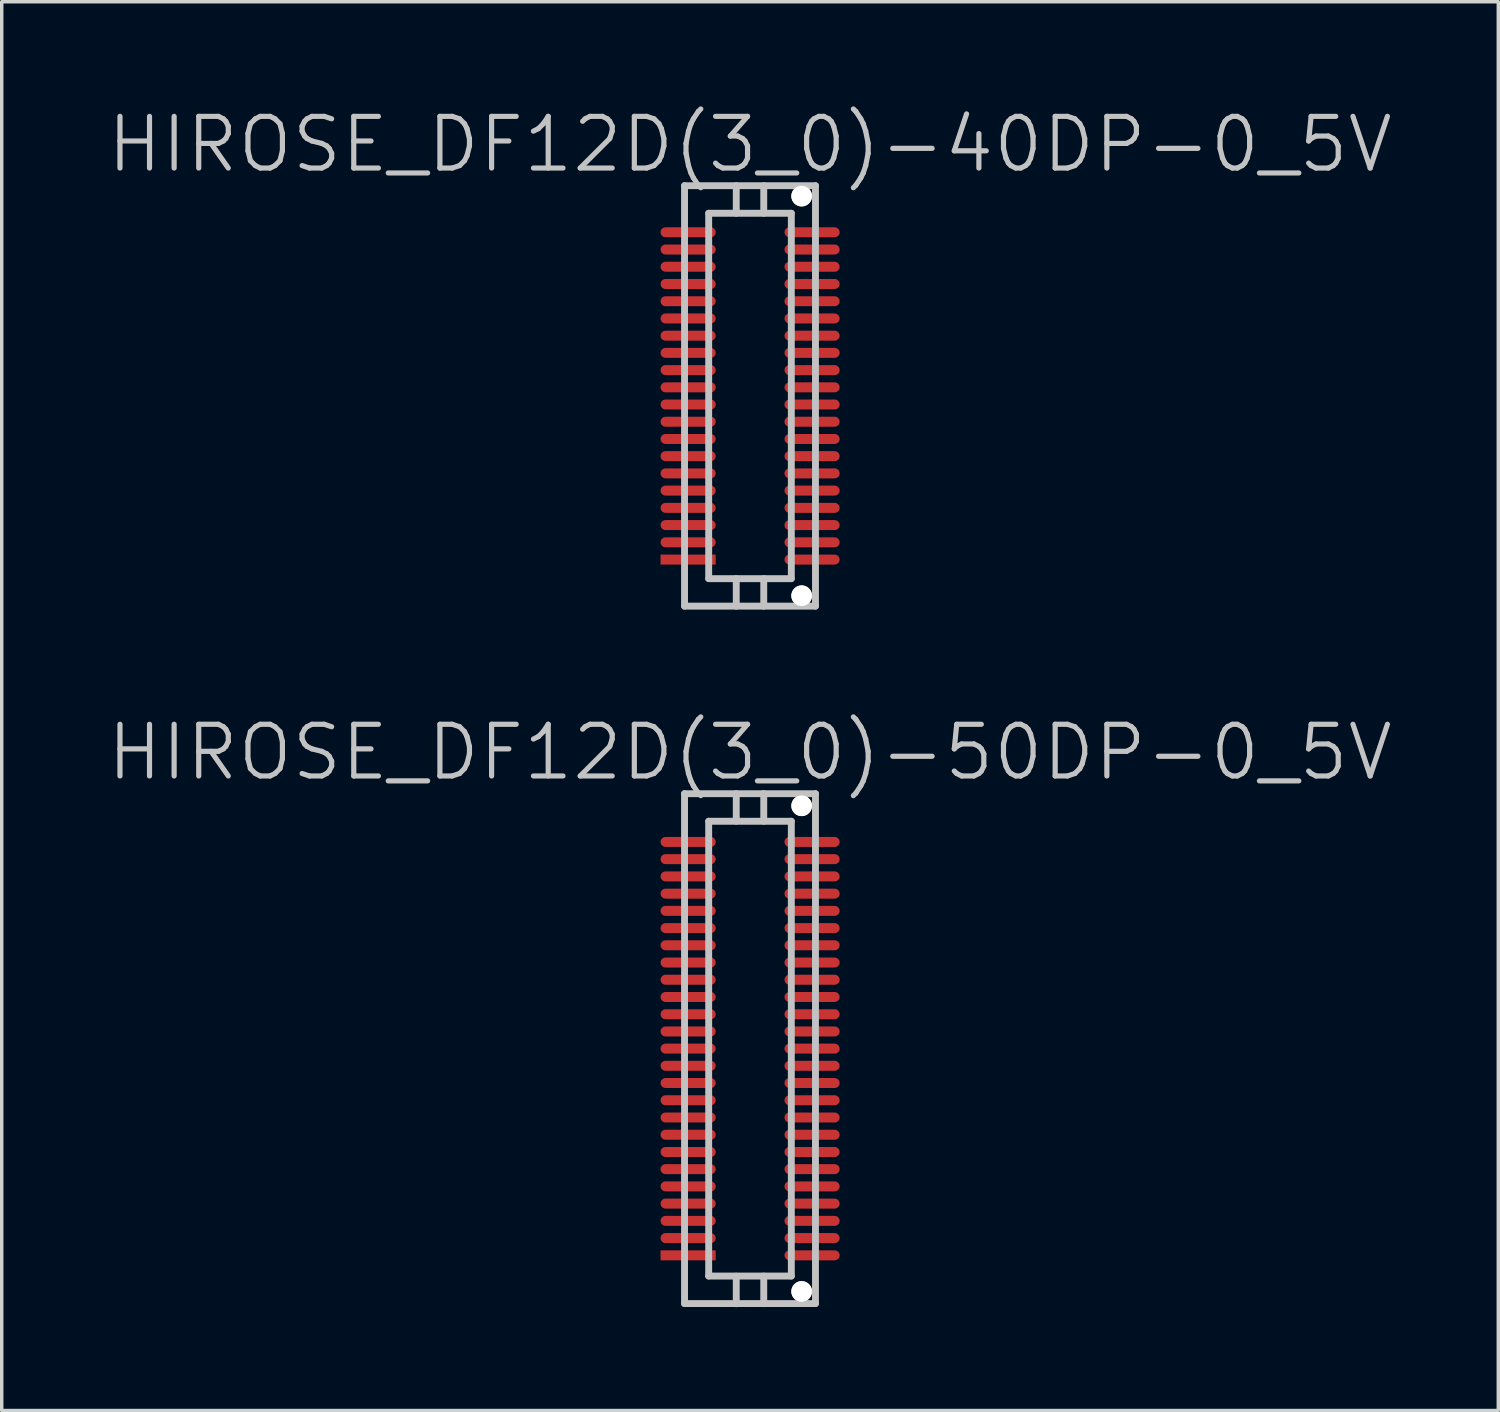
<source format=kicad_pcb>
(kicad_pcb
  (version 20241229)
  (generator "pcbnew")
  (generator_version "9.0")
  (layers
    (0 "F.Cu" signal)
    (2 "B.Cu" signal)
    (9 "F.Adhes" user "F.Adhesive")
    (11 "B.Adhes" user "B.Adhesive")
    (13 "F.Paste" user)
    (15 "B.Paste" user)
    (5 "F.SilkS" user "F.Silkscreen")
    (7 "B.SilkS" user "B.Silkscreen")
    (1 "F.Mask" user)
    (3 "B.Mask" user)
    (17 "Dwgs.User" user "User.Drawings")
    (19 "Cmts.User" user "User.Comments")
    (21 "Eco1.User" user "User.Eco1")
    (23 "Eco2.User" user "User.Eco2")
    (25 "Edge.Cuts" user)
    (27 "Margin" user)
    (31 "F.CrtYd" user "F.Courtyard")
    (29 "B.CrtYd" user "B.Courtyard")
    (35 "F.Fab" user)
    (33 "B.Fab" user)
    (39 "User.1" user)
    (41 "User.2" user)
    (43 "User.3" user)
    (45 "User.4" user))
  (footprint "HIROSE_DF12D(3_0)-40DP-0_5V"
    (layer "F.Cu")
    (at 18.718 8.441)
    (property "Reference" "HIROSE_DF12D(3_0)-40DP-0_5V" (at 0 -7.3 180) (layer "Dwgs.User") (effects (font (size 1.5 1.5) (thickness 0.15))))
    (attr smd)
    (fp_line (start -1.9 -6.101) (end -1.9 6.101) (stroke (width 0.2) (type solid)) (layer "Dwgs.User"))
    (fp_line (start -1.9 6.101) (end 1.9 6.101) (stroke (width 0.2) (type solid)) (layer "Dwgs.User"))
    (fp_line (start -1.199 -5.301) (end 1.199 -5.301) (stroke (width 0.2) (type solid)) (layer "Dwgs.User"))
    (fp_line (start -1.199 5.301) (end -1.199 -5.301) (stroke (width 0.2) (type solid)) (layer "Dwgs.User"))
    (fp_line (start -0.399 -5.301) (end -0.399 -6.101) (stroke (width 0.2) (type solid)) (layer "Dwgs.User"))
    (fp_line (start -0.399 6.104) (end -0.399 5.304) (stroke (width 0.2) (type solid)) (layer "Dwgs.User"))
    (fp_line (start 0.399 -5.301) (end 0.399 -6.101) (stroke (width 0.2) (type solid)) (layer "Dwgs.User"))
    (fp_line (start 0.399 5.304) (end 0.399 6.104) (stroke (width 0.2) (type solid)) (layer "Dwgs.User"))
    (fp_line (start 1.199 -5.301) (end 1.199 5.301) (stroke (width 0.2) (type solid)) (layer "Dwgs.User"))
    (fp_line (start 1.199 5.304) (end -1.199 5.304) (stroke (width 0.2) (type solid)) (layer "Dwgs.User"))
    (fp_line (start 1.9 -6.101) (end -1.9 -6.101) (stroke (width 0.2) (type solid)) (layer "Dwgs.User"))
    (fp_line (start 1.9 6.101) (end 1.9 -6.101) (stroke (width 0.2) (type solid)) (layer "Dwgs.User"))
    (pad "" np_thru_hole circle (at 1.499 -5.799 270) (size 0.6 0.6) (drill 0.6) (layers "*.Cu" "*.Mask" "F.SilkS"))
    (pad "" np_thru_hole circle (at 1.499 5.799 270) (size 0.6 0.6) (drill 0.6) (layers "*.Cu" "*.Mask" "F.SilkS"))
    (pad "1" smd rect (at -1.796 4.75 270) (size 0.29 1.6) (layers "F.Cu" "F.Mask" "F.Paste"))
    (pad "2" smd oval (at -1.796 4.249 270) (size 0.29 1.6) (layers "F.Cu" "F.Mask" "F.Paste"))
    (pad "3" smd oval (at -1.796 3.749 270) (size 0.29 1.6) (layers "F.Cu" "F.Mask" "F.Paste"))
    (pad "4" smd oval (at -1.796 3.249 270) (size 0.29 1.6) (layers "F.Cu" "F.Mask" "F.Paste"))
    (pad "5" smd oval (at -1.796 2.748 270) (size 0.29 1.6) (layers "F.Cu" "F.Mask" "F.Paste"))
    (pad "6" smd oval (at -1.796 2.248 270) (size 0.29 1.6) (layers "F.Cu" "F.Mask" "F.Paste"))
    (pad "7" smd oval (at -1.796 1.748 270) (size 0.29 1.6) (layers "F.Cu" "F.Mask" "F.Paste"))
    (pad "8" smd oval (at -1.796 1.25 270) (size 0.29 1.6) (layers "F.Cu" "F.Mask" "F.Paste"))
    (pad "9" smd oval (at -1.796 0.749 270) (size 0.29 1.6) (layers "F.Cu" "F.Mask" "F.Paste"))
    (pad "10" smd oval (at -1.796 0.249 270) (size 0.29 1.6) (layers "F.Cu" "F.Mask" "F.Paste"))
    (pad "11" smd oval (at -1.796 -0.249 270) (size 0.29 1.6) (layers "F.Cu" "F.Mask" "F.Paste"))
    (pad "12" smd oval (at -1.796 -0.749 270) (size 0.29 1.6) (layers "F.Cu" "F.Mask" "F.Paste"))
    (pad "13" smd oval (at -1.796 -1.25 270) (size 0.29 1.6) (layers "F.Cu" "F.Mask" "F.Paste"))
    (pad "14" smd oval (at -1.796 -1.748 270) (size 0.29 1.6) (layers "F.Cu" "F.Mask" "F.Paste"))
    (pad "15" smd oval (at -1.796 -2.248 270) (size 0.29 1.6) (layers "F.Cu" "F.Mask" "F.Paste"))
    (pad "16" smd oval (at -1.796 -2.748 270) (size 0.29 1.6) (layers "F.Cu" "F.Mask" "F.Paste"))
    (pad "17" smd oval (at -1.796 -3.249 270) (size 0.29 1.6) (layers "F.Cu" "F.Mask" "F.Paste"))
    (pad "18" smd oval (at -1.796 -3.749 270) (size 0.29 1.6) (layers "F.Cu" "F.Mask" "F.Paste"))
    (pad "19" smd oval (at -1.796 -4.249 270) (size 0.29 1.6) (layers "F.Cu" "F.Mask" "F.Paste"))
    (pad "20" smd oval (at -1.796 -4.75 270) (size 0.29 1.6) (layers "F.Cu" "F.Mask" "F.Paste"))
    (pad "21" smd oval (at 1.801 -4.75 270) (size 0.29 1.6) (layers "F.Cu" "F.Mask" "F.Paste"))
    (pad "22" smd oval (at 1.801 -4.249 270) (size 0.29 1.6) (layers "F.Cu" "F.Mask" "F.Paste"))
    (pad "23" smd oval (at 1.801 -3.749 270) (size 0.29 1.6) (layers "F.Cu" "F.Mask" "F.Paste"))
    (pad "24" smd oval (at 1.801 -3.249 270) (size 0.29 1.6) (layers "F.Cu" "F.Mask" "F.Paste"))
    (pad "25" smd oval (at 1.801 -2.748 270) (size 0.29 1.6) (layers "F.Cu" "F.Mask" "F.Paste"))
    (pad "26" smd oval (at 1.801 -2.248 270) (size 0.29 1.6) (layers "F.Cu" "F.Mask" "F.Paste"))
    (pad "27" smd oval (at 1.801 -1.748 270) (size 0.29 1.6) (layers "F.Cu" "F.Mask" "F.Paste"))
    (pad "28" smd oval (at 1.801 -1.25 270) (size 0.29 1.6) (layers "F.Cu" "F.Mask" "F.Paste"))
    (pad "29" smd oval (at 1.801 -0.749 270) (size 0.29 1.6) (layers "F.Cu" "F.Mask" "F.Paste"))
    (pad "30" smd oval (at 1.801 -0.249 270) (size 0.29 1.6) (layers "F.Cu" "F.Mask" "F.Paste"))
    (pad "31" smd oval (at 1.801 0.249 270) (size 0.29 1.6) (layers "F.Cu" "F.Mask" "F.Paste"))
    (pad "32" smd oval (at 1.801 0.749 270) (size 0.29 1.6) (layers "F.Cu" "F.Mask" "F.Paste"))
    (pad "33" smd oval (at 1.801 1.25 270) (size 0.29 1.6) (layers "F.Cu" "F.Mask" "F.Paste"))
    (pad "34" smd oval (at 1.801 1.748 270) (size 0.29 1.6) (layers "F.Cu" "F.Mask" "F.Paste"))
    (pad "35" smd oval (at 1.801 2.248 270) (size 0.29 1.6) (layers "F.Cu" "F.Mask" "F.Paste"))
    (pad "36" smd oval (at 1.801 2.748 270) (size 0.29 1.6) (layers "F.Cu" "F.Mask" "F.Paste"))
    (pad "37" smd oval (at 1.801 3.249 270) (size 0.29 1.6) (layers "F.Cu" "F.Mask" "F.Paste"))
    (pad "38" smd oval (at 1.801 3.749 270) (size 0.29 1.6) (layers "F.Cu" "F.Mask" "F.Paste"))
    (pad "39" smd oval (at 1.801 4.249 270) (size 0.29 1.6) (layers "F.Cu" "F.Mask" "F.Paste"))
    (pad "40" smd oval (at 1.801 4.75 270) (size 0.29 1.6) (layers "F.Cu" "F.Mask" "F.Paste")))
  (footprint "HIROSE_DF12D(3_0)-50DP-0_5V"
    (layer "F.Cu")
    (at 18.718 27.385)
    (property "Reference" "HIROSE_DF12D(3_0)-50DP-0_5V" (at 0 -8.6 180) (layer "Dwgs.User") (effects (font (size 1.5 1.5) (thickness 0.15))))
    (attr smd)
    (fp_line (start -1.9 -7.399) (end -1.9 7.399) (stroke (width 0.2) (type solid)) (layer "Dwgs.User"))
    (fp_line (start -1.9 7.399) (end 1.9 7.399) (stroke (width 0.2) (type solid)) (layer "Dwgs.User"))
    (fp_line (start -1.199 -6.599) (end 1.199 -6.599) (stroke (width 0.2) (type solid)) (layer "Dwgs.User"))
    (fp_line (start -1.199 6.599) (end -1.199 -6.599) (stroke (width 0.2) (type solid)) (layer "Dwgs.User"))
    (fp_line (start -0.399 -6.601) (end -0.399 -7.402) (stroke (width 0.2) (type solid)) (layer "Dwgs.User"))
    (fp_line (start -0.399 7.404) (end -0.399 6.604) (stroke (width 0.2) (type solid)) (layer "Dwgs.User"))
    (fp_line (start 0.399 -6.601) (end 0.399 -7.402) (stroke (width 0.2) (type solid)) (layer "Dwgs.User"))
    (fp_line (start 0.399 6.601) (end 0.399 7.402) (stroke (width 0.2) (type solid)) (layer "Dwgs.User"))
    (fp_line (start 1.199 -6.599) (end 1.199 6.599) (stroke (width 0.2) (type solid)) (layer "Dwgs.User"))
    (fp_line (start 1.199 6.601) (end -1.199 6.601) (stroke (width 0.2) (type solid)) (layer "Dwgs.User"))
    (fp_line (start 1.9 -7.399) (end -1.9 -7.399) (stroke (width 0.2) (type solid)) (layer "Dwgs.User"))
    (fp_line (start 1.9 7.399) (end 1.9 -7.399) (stroke (width 0.2) (type solid)) (layer "Dwgs.User"))
    (pad "" np_thru_hole circle (at 1.499 -7.048 270) (size 0.6 0.6) (drill 0.6) (layers "*.Cu" "*.Mask" "F.SilkS"))
    (pad "" np_thru_hole circle (at 1.499 7.048 270) (size 0.6 0.6) (drill 0.6) (layers "*.Cu" "*.Mask" "F.SilkS"))
    (pad "1" smd rect (at -1.796 5.999 270) (size 0.29 1.6) (layers "F.Cu" "F.Mask" "F.Paste"))
    (pad "2" smd oval (at -1.796 5.499 270) (size 0.29 1.6) (layers "F.Cu" "F.Mask" "F.Paste"))
    (pad "3" smd oval (at -1.796 4.999 270) (size 0.29 1.6) (layers "F.Cu" "F.Mask" "F.Paste"))
    (pad "4" smd oval (at -1.796 4.498 270) (size 0.29 1.6) (layers "F.Cu" "F.Mask" "F.Paste"))
    (pad "5" smd oval (at -1.796 3.998 270) (size 0.29 1.6) (layers "F.Cu" "F.Mask" "F.Paste"))
    (pad "6" smd oval (at -1.796 3.498 270) (size 0.29 1.6) (layers "F.Cu" "F.Mask" "F.Paste"))
    (pad "7" smd oval (at -1.796 3 270) (size 0.29 1.6) (layers "F.Cu" "F.Mask" "F.Paste"))
    (pad "8" smd oval (at -1.796 2.499 270) (size 0.29 1.6) (layers "F.Cu" "F.Mask" "F.Paste"))
    (pad "9" smd oval (at -1.796 1.999 270) (size 0.29 1.6) (layers "F.Cu" "F.Mask" "F.Paste"))
    (pad "10" smd oval (at -1.796 1.499 270) (size 0.29 1.6) (layers "F.Cu" "F.Mask" "F.Paste"))
    (pad "11" smd oval (at -1.796 0.998 270) (size 0.29 1.6) (layers "F.Cu" "F.Mask" "F.Paste"))
    (pad "12" smd oval (at -1.796 0.498 270) (size 0.29 1.6) (layers "F.Cu" "F.Mask" "F.Paste"))
    (pad "13" smd oval (at -1.796 0 270) (size 0.29 1.6) (layers "F.Cu" "F.Mask" "F.Paste"))
    (pad "14" smd oval (at -1.796 -0.498 270) (size 0.29 1.6) (layers "F.Cu" "F.Mask" "F.Paste"))
    (pad "15" smd oval (at -1.796 -0.998 270) (size 0.29 1.6) (layers "F.Cu" "F.Mask" "F.Paste"))
    (pad "16" smd oval (at -1.796 -1.499 270) (size 0.29 1.6) (layers "F.Cu" "F.Mask" "F.Paste"))
    (pad "17" smd oval (at -1.796 -1.999 270) (size 0.29 1.6) (layers "F.Cu" "F.Mask" "F.Paste"))
    (pad "18" smd oval (at -1.796 -2.499 270) (size 0.29 1.6) (layers "F.Cu" "F.Mask" "F.Paste"))
    (pad "19" smd oval (at -1.796 -3 270) (size 0.29 1.6) (layers "F.Cu" "F.Mask" "F.Paste"))
    (pad "20" smd oval (at -1.796 -3.498 270) (size 0.29 1.6) (layers "F.Cu" "F.Mask" "F.Paste"))
    (pad "21" smd oval (at -1.796 -3.998 270) (size 0.29 1.6) (layers "F.Cu" "F.Mask" "F.Paste"))
    (pad "22" smd oval (at -1.796 -4.498 270) (size 0.29 1.6) (layers "F.Cu" "F.Mask" "F.Paste"))
    (pad "23" smd oval (at -1.796 -4.999 270) (size 0.29 1.6) (layers "F.Cu" "F.Mask" "F.Paste"))
    (pad "24" smd oval (at -1.796 -5.499 270) (size 0.29 1.6) (layers "F.Cu" "F.Mask" "F.Paste"))
    (pad "25" smd oval (at -1.796 -5.999 270) (size 0.29 1.6) (layers "F.Cu" "F.Mask" "F.Paste"))
    (pad "26" smd oval (at 1.801 -5.999 270) (size 0.29 1.6) (layers "F.Cu" "F.Mask" "F.Paste"))
    (pad "27" smd oval (at 1.801 -5.499 270) (size 0.29 1.6) (layers "F.Cu" "F.Mask" "F.Paste"))
    (pad "28" smd oval (at 1.801 -4.999 270) (size 0.29 1.6) (layers "F.Cu" "F.Mask" "F.Paste"))
    (pad "29" smd oval (at 1.801 -4.498 270) (size 0.29 1.6) (layers "F.Cu" "F.Mask" "F.Paste"))
    (pad "30" smd oval (at 1.801 -3.998 270) (size 0.29 1.6) (layers "F.Cu" "F.Mask" "F.Paste"))
    (pad "31" smd oval (at 1.801 -3.498 270) (size 0.29 1.6) (layers "F.Cu" "F.Mask" "F.Paste"))
    (pad "32" smd oval (at 1.801 -3 270) (size 0.29 1.6) (layers "F.Cu" "F.Mask" "F.Paste"))
    (pad "33" smd oval (at 1.801 -2.499 270) (size 0.29 1.6) (layers "F.Cu" "F.Mask" "F.Paste"))
    (pad "34" smd oval (at 1.801 -1.999 270) (size 0.29 1.6) (layers "F.Cu" "F.Mask" "F.Paste"))
    (pad "35" smd oval (at 1.801 -1.499 270) (size 0.29 1.6) (layers "F.Cu" "F.Mask" "F.Paste"))
    (pad "36" smd oval (at 1.801 -0.998 270) (size 0.29 1.6) (layers "F.Cu" "F.Mask" "F.Paste"))
    (pad "37" smd oval (at 1.801 -0.498 270) (size 0.29 1.6) (layers "F.Cu" "F.Mask" "F.Paste"))
    (pad "38" smd oval (at 1.801 0 270) (size 0.29 1.6) (layers "F.Cu" "F.Mask" "F.Paste"))
    (pad "39" smd oval (at 1.801 0.498 270) (size 0.29 1.6) (layers "F.Cu" "F.Mask" "F.Paste"))
    (pad "40" smd oval (at 1.801 0.998 270) (size 0.29 1.6) (layers "F.Cu" "F.Mask" "F.Paste"))
    (pad "41" smd oval (at 1.801 1.499 270) (size 0.29 1.6) (layers "F.Cu" "F.Mask" "F.Paste"))
    (pad "42" smd oval (at 1.801 1.999 270) (size 0.29 1.6) (layers "F.Cu" "F.Mask" "F.Paste"))
    (pad "43" smd oval (at 1.801 2.499 270) (size 0.29 1.6) (layers "F.Cu" "F.Mask" "F.Paste"))
    (pad "44" smd oval (at 1.801 3 270) (size 0.29 1.6) (layers "F.Cu" "F.Mask" "F.Paste"))
    (pad "45" smd oval (at 1.801 3.498 270) (size 0.29 1.6) (layers "F.Cu" "F.Mask" "F.Paste"))
    (pad "46" smd oval (at 1.801 3.998 270) (size 0.29 1.6) (layers "F.Cu" "F.Mask" "F.Paste"))
    (pad "47" smd oval (at 1.801 4.498 270) (size 0.29 1.6) (layers "F.Cu" "F.Mask" "F.Paste"))
    (pad "48" smd oval (at 1.801 4.999 270) (size 0.29 1.6) (layers "F.Cu" "F.Mask" "F.Paste"))
    (pad "49" smd oval (at 1.801 5.499 270) (size 0.29 1.6) (layers "F.Cu" "F.Mask" "F.Paste"))
    (pad "50" smd oval (at 1.801 5.999 270) (size 0.29 1.6) (layers "F.Cu" "F.Mask" "F.Paste")))
  (gr_rect
    (start -3 -3)
    (end 40.436 37.889)
    (stroke (width 0.1) (type default))
    (fill no)
    (layer "Edge.Cuts")))
</source>
